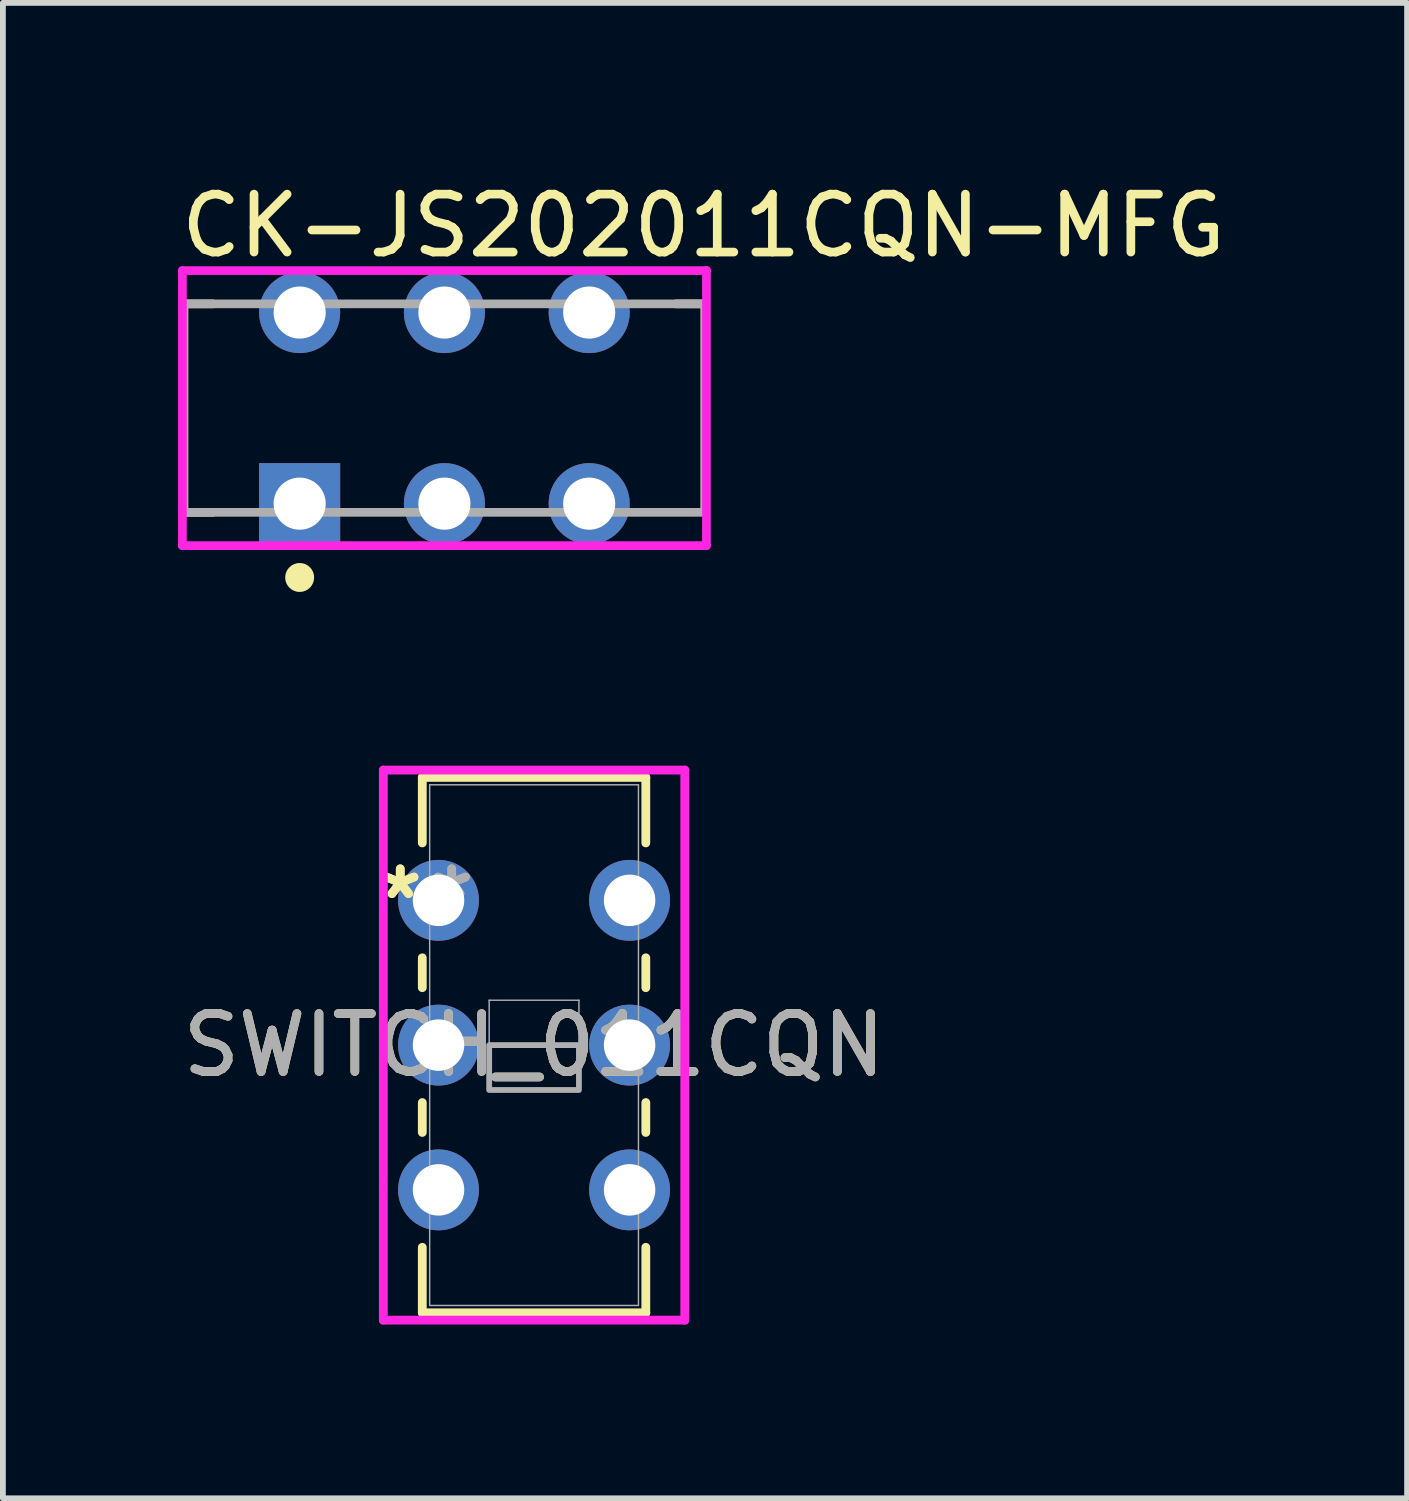
<source format=kicad_pcb>
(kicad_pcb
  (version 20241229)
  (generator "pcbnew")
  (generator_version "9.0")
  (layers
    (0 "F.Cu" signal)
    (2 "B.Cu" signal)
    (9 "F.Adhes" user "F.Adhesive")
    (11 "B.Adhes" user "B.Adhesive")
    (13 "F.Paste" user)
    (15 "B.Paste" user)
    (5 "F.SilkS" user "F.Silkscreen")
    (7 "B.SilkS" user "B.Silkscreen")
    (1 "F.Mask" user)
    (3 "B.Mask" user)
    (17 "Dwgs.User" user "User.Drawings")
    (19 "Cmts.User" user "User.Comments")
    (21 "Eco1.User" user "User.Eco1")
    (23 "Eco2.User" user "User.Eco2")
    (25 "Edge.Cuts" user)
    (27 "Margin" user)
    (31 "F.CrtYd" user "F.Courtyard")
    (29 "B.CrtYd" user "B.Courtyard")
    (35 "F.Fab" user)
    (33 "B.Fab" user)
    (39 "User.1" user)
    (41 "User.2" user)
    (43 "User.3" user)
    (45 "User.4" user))
  (footprint "SWITCH_011CQN"
    (layer "F.Cu")
    (at 4.523 12.499)
    (property "Reference" "SWITCH_011CQN" (at 1.65 2.5 0) (unlocked yes) (layer "F.SilkS") (effects (font (size 1 1) (thickness 0.15))))
    (attr through_hole)
    (fp_line (start -0.28 -2.123) (end -0.28 -0.992) (stroke (width 0.152) (type solid)) (layer "F.SilkS"))
    (fp_line (start -0.28 0.992) (end -0.28 1.508) (stroke (width 0.152) (type solid)) (layer "F.SilkS"))
    (fp_line (start -0.28 3.492) (end -0.28 4.008) (stroke (width 0.152) (type solid)) (layer "F.SilkS"))
    (fp_line (start -0.28 5.992) (end -0.28 7.123) (stroke (width 0.152) (type solid)) (layer "F.SilkS"))
    (fp_line (start -0.28 7.123) (end 3.58 7.123) (stroke (width 0.152) (type solid)) (layer "F.SilkS"))
    (fp_line (start 3.58 -2.123) (end -0.28 -2.123) (stroke (width 0.152) (type solid)) (layer "F.SilkS"))
    (fp_line (start 3.58 -0.992) (end 3.58 -2.123) (stroke (width 0.152) (type solid)) (layer "F.SilkS"))
    (fp_line (start 3.58 1.508) (end 3.58 0.992) (stroke (width 0.152) (type solid)) (layer "F.SilkS"))
    (fp_line (start 3.58 4.008) (end 3.58 3.492) (stroke (width 0.152) (type solid)) (layer "F.SilkS"))
    (fp_line (start 3.58 7.123) (end 3.58 5.992) (stroke (width 0.152) (type solid)) (layer "F.SilkS"))
    (fp_line (start -0.953 -2.25) (end -0.953 7.25) (stroke (width 0.152) (type solid)) (layer "F.CrtYd"))
    (fp_line (start -0.953 7.25) (end 4.253 7.25) (stroke (width 0.152) (type solid)) (layer "F.CrtYd"))
    (fp_line (start 4.253 -2.25) (end -0.953 -2.25) (stroke (width 0.152) (type solid)) (layer "F.CrtYd"))
    (fp_line (start 4.253 7.25) (end 4.253 -2.25) (stroke (width 0.152) (type solid)) (layer "F.CrtYd"))
    (fp_line (start -0.153 -1.996) (end -0.153 6.996) (stroke (width 0.025) (type solid)) (layer "F.Fab"))
    (fp_line (start -0.153 6.996) (end 3.453 6.996) (stroke (width 0.025) (type solid)) (layer "F.Fab"))
    (fp_line (start 0.875 1.725) (end 2.425 1.725) (stroke (width 0.025) (type solid)) (layer "F.Fab"))
    (fp_line (start 0.875 3.275) (end 0.875 1.725) (stroke (width 0.025) (type solid)) (layer "F.Fab"))
    (fp_line (start 2.425 1.725) (end 2.425 3.275) (stroke (width 0.025) (type solid)) (layer "F.Fab"))
    (fp_line (start 2.425 3.275) (end 0.875 3.275) (stroke (width 0.025) (type solid)) (layer "F.Fab"))
    (fp_line (start 3.453 -1.996) (end -0.153 -1.996) (stroke (width 0.025) (type solid)) (layer "F.Fab"))
    (fp_line (start 3.453 6.996) (end 3.453 -1.996) (stroke (width 0.025) (type solid)) (layer "F.Fab"))
    (fp_poly (pts (xy 0.875 3.275) (xy 0.875 2.5) (xy 2.425 2.5) (xy 2.425 3.275)) (stroke (width 0.1) (type solid)) (fill no) (layer "F.Fab"))
    (fp_text user "*" (at -0.661 0 0) (layer "F.SilkS") (effects (font (size 1 1) (thickness 0.15))))
    (fp_text user "*" (at -0.661 0 0) (unlocked yes) (layer "F.SilkS") (effects (font (size 1 1) (thickness 0.15))))
    (fp_text user "*" (at 0.228 0 0) (unlocked yes) (layer "F.Fab") (effects (font (size 1 1) (thickness 0.15))))
    (fp_text user "${REFERENCE}" (at 1.65 2.5 0) (unlocked yes) (layer "F.Fab") (effects (font (size 1 1) (thickness 0.15))))
    (fp_text user "*" (at 0.228 0 0) (layer "F.Fab") (effects (font (size 1 1) (thickness 0.15))))
    (pad "1" thru_hole circle (at 0.000001 0) (size 1.397 1.397) (drill 0.889) (layers "*.Cu" "*.Mask"))
    (pad "1" thru_hole circle (at 3.3 0) (size 1.397 1.397) (drill 0.889) (layers "*.Cu" "*.Mask"))
    (pad "2" thru_hole circle (at 0.000001 2.5) (size 1.397 1.397) (drill 0.889) (layers "*.Cu" "*.Mask"))
    (pad "2" thru_hole circle (at 3.3 2.5) (size 1.397 1.397) (drill 0.889) (layers "*.Cu" "*.Mask"))
    (pad "3" thru_hole circle (at 0.000001 5) (size 1.397 1.397) (drill 0.889) (layers "*.Cu" "*.Mask"))
    (pad "3" thru_hole circle (at 3.3 5) (size 1.397 1.397) (drill 0.889) (layers "*.Cu" "*.Mask")))
  (footprint "CK-JS202011CQN-MFG"
    (layer "F.Cu")
    (at 4.625 3.998)
    (property "Reference" "CK-JS202011CQN-MFG" (at -4.625 -3.15 0) (layer "F.SilkS") (effects (font (size 1 1) (thickness 0.15)) (justify left)))
    (attr through_hole)
    (fp_line (start -4.5 -1.8) (end -4.5 1.8) (stroke (width 0.15) (type solid)) (layer "F.SilkS"))
    (fp_line (start -4.5 -1.8) (end -4 -1.8) (stroke (width 0.15) (type solid)) (layer "F.SilkS"))
    (fp_line (start -4.5 1.8) (end -4 1.8) (stroke (width 0.15) (type solid)) (layer "F.SilkS"))
    (fp_line (start 4.5 -1.8) (end 4 -1.8) (stroke (width 0.15) (type solid)) (layer "F.SilkS"))
    (fp_line (start 4.5 -1.8) (end 4.5 1.8) (stroke (width 0.15) (type solid)) (layer "F.SilkS"))
    (fp_circle (center -2.5 2.925) (end -2.375 2.925) (stroke (width 0.25) (type solid)) (fill no) (layer "F.SilkS"))
    (fp_line (start -4.525 -2.375) (end -4.525 2.375) (stroke (width 0.15) (type solid)) (layer "F.CrtYd"))
    (fp_line (start -4.525 2.375) (end 4.525 2.375) (stroke (width 0.15) (type solid)) (layer "F.CrtYd"))
    (fp_line (start 4.525 -2.375) (end -4.525 -2.375) (stroke (width 0.15) (type solid)) (layer "F.CrtYd"))
    (fp_line (start 4.525 -2.375) (end 4.525 -2.375) (stroke (width 0.15) (type solid)) (layer "F.CrtYd"))
    (fp_line (start 4.525 2.375) (end 4.525 -2.375) (stroke (width 0.15) (type solid)) (layer "F.CrtYd"))
    (fp_line (start -4.5 -1.8) (end 4.5 -1.8) (stroke (width 0.15) (type solid)) (layer "F.Fab"))
    (fp_line (start -4.5 1.8) (end -4.5 -1.8) (stroke (width 0.15) (type solid)) (layer "F.Fab"))
    (fp_line (start 4.5 -1.8) (end 4.5 1.8) (stroke (width 0.15) (type solid)) (layer "F.Fab"))
    (fp_line (start 4.5 1.8) (end -4.5 1.8) (stroke (width 0.15) (type solid)) (layer "F.Fab"))
    (pad "1" thru_hole circle (at -2.5 -1.65) (size 1.4 1.4) (drill 0.9) (layers "*.Cu"))
    (pad "1" thru_hole rect (at -2.5 1.65) (size 1.4 1.4) (drill 0.9) (layers "*.Cu"))
    (pad "2" thru_hole circle (at 0 -1.65) (size 1.4 1.4) (drill 0.9) (layers "*.Cu"))
    (pad "2" thru_hole circle (at 0 1.65) (size 1.4 1.4) (drill 0.9) (layers "*.Cu"))
    (pad "3" thru_hole circle (at 2.5 -1.65) (size 1.4 1.4) (drill 0.9) (layers "*.Cu"))
    (pad "3" thru_hole circle (at 2.5 1.65) (size 1.4 1.4) (drill 0.9) (layers "*.Cu")))
  (gr_rect
    (start -3 -3)
    (end 21.25 22.825)
    (stroke (width 0.1) (type default))
    (fill no)
    (layer "Edge.Cuts")))
</source>
